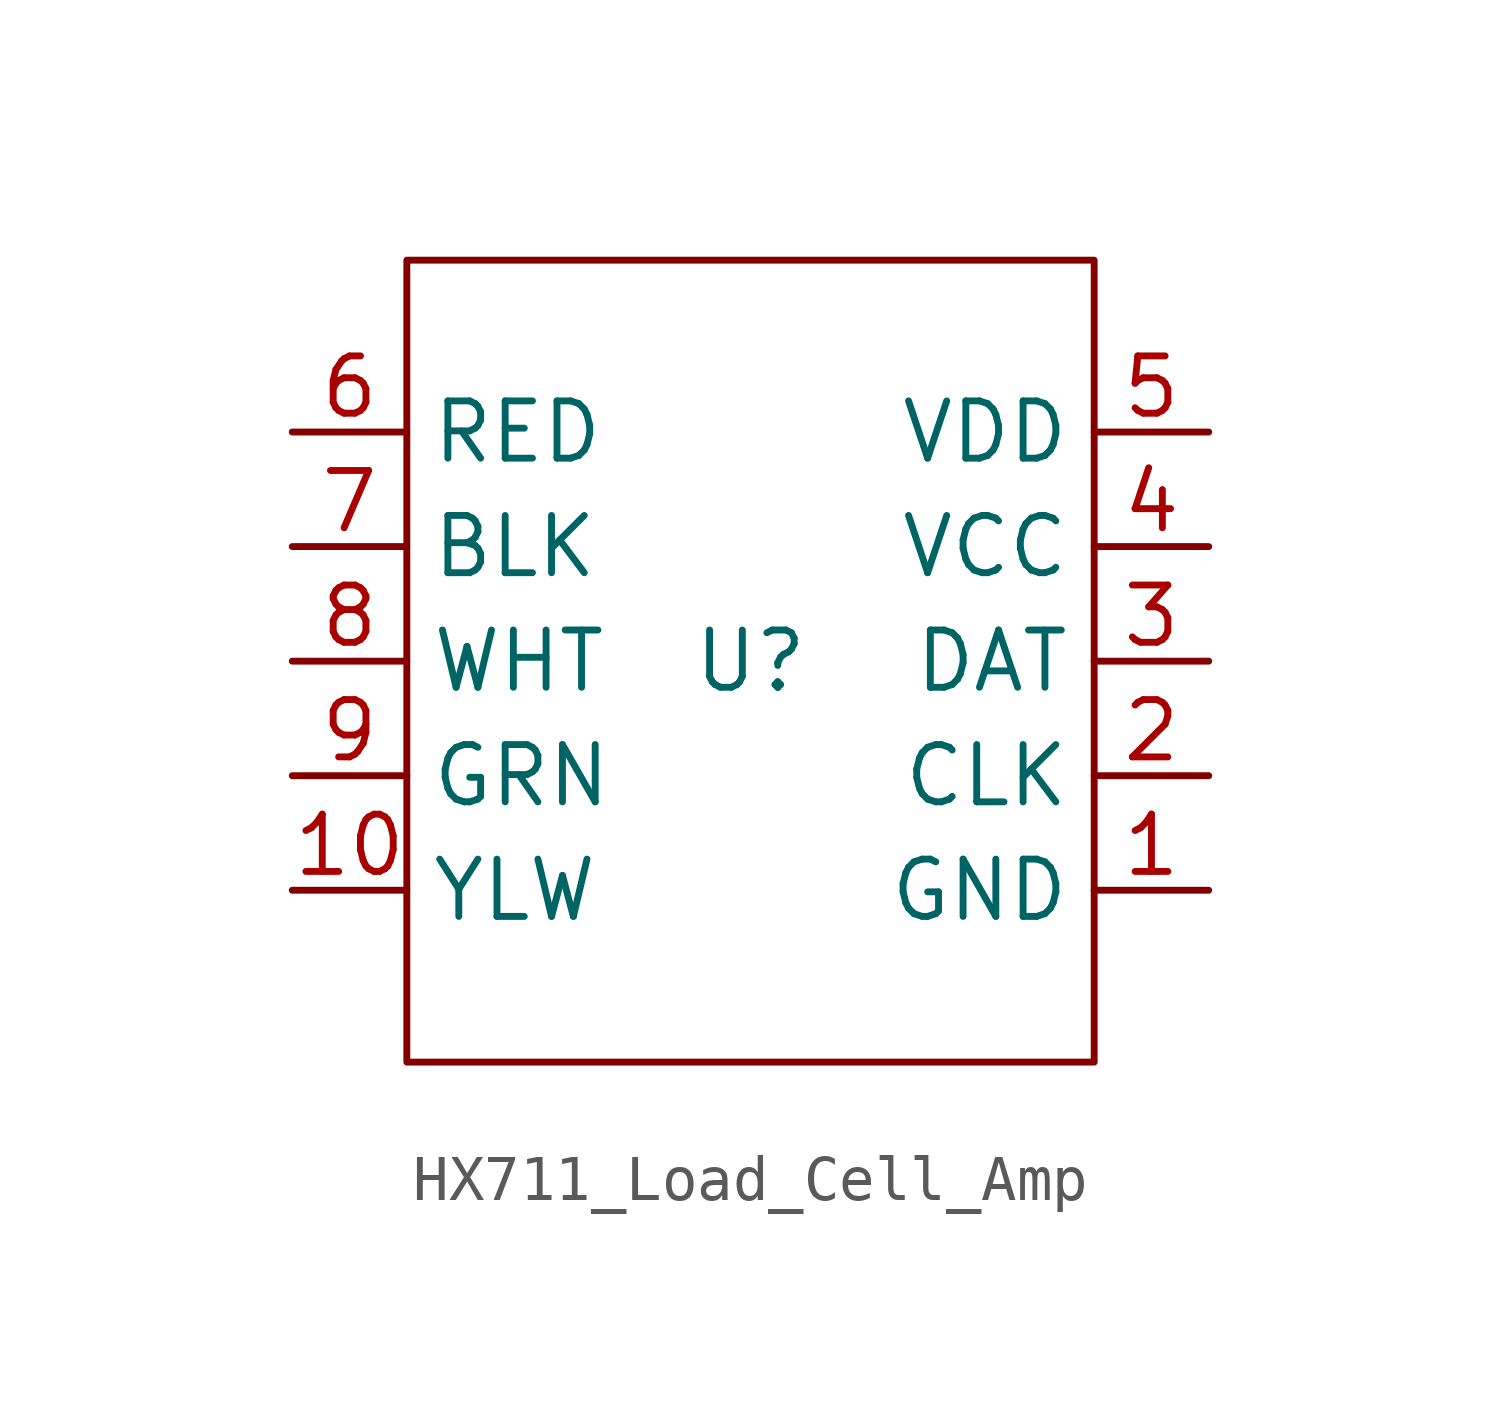
<source format=kicad_sym>
(kicad_symbol_lib
  (version 20231120)
  (generator "kicad_symbol_editor")
  (generator_version "8.0")
  (symbol "HX711_Load_Cell_Amp"
    (property "Reference" "U"
      (at 0 0 0)
      (effects (font (size 1.27 1.27))))
    (property "Value" ""
      (at 0 0 0)
      (effects (font (size 1.27 1.27))))
    (symbol "HX711_Load_Cell_Amp_0_1"
      (rectangle (start -7.62 8.89) (end 7.62 -8.89) (stroke (width 0) (type default)) (fill (type none))))
    (symbol "HX711_Load_Cell_Amp_1_1"
      (pin power_in line (at 10.16 -5.08 180) (length 2.54) (name "GND" (effects (font (size 1.27 1.27)))) (number "1" (effects (font (size 1.27 1.27)))))
      (pin input line (at -10.16 -5.08 0) (length 2.54) (name "YLW" (effects (font (size 1.27 1.27)))) (number "10" (effects (font (size 1.27 1.27)))))
      (pin output line (at 10.16 -2.54 180) (length 2.54) (name "CLK" (effects (font (size 1.27 1.27)))) (number "2" (effects (font (size 1.27 1.27)))))
      (pin bidirectional line (at 10.16 0 180) (length 2.54) (name "DAT" (effects (font (size 1.27 1.27)))) (number "3" (effects (font (size 1.27 1.27)))))
      (pin power_in line (at 10.16 2.54 180) (length 2.54) (name "VCC" (effects (font (size 1.27 1.27)))) (number "4" (effects (font (size 1.27 1.27)))))
      (pin power_in line (at 10.16 5.08 180) (length 2.54) (name "VDD" (effects (font (size 1.27 1.27)))) (number "5" (effects (font (size 1.27 1.27)))))
      (pin input line (at -10.16 5.08 0) (length 2.54) (name "RED" (effects (font (size 1.27 1.27)))) (number "6" (effects (font (size 1.27 1.27)))))
      (pin input line (at -10.16 2.54 0) (length 2.54) (name "BLK" (effects (font (size 1.27 1.27)))) (number "7" (effects (font (size 1.27 1.27)))))
      (pin input line (at -10.16 0 0) (length 2.54) (name "WHT" (effects (font (size 1.27 1.27)))) (number "8" (effects (font (size 1.27 1.27)))))
      (pin input line (at -10.16 -2.54 0) (length 2.54) (name "GRN" (effects (font (size 1.27 1.27)))) (number "9" (effects (font (size 1.27 1.27))))))))
</source>
